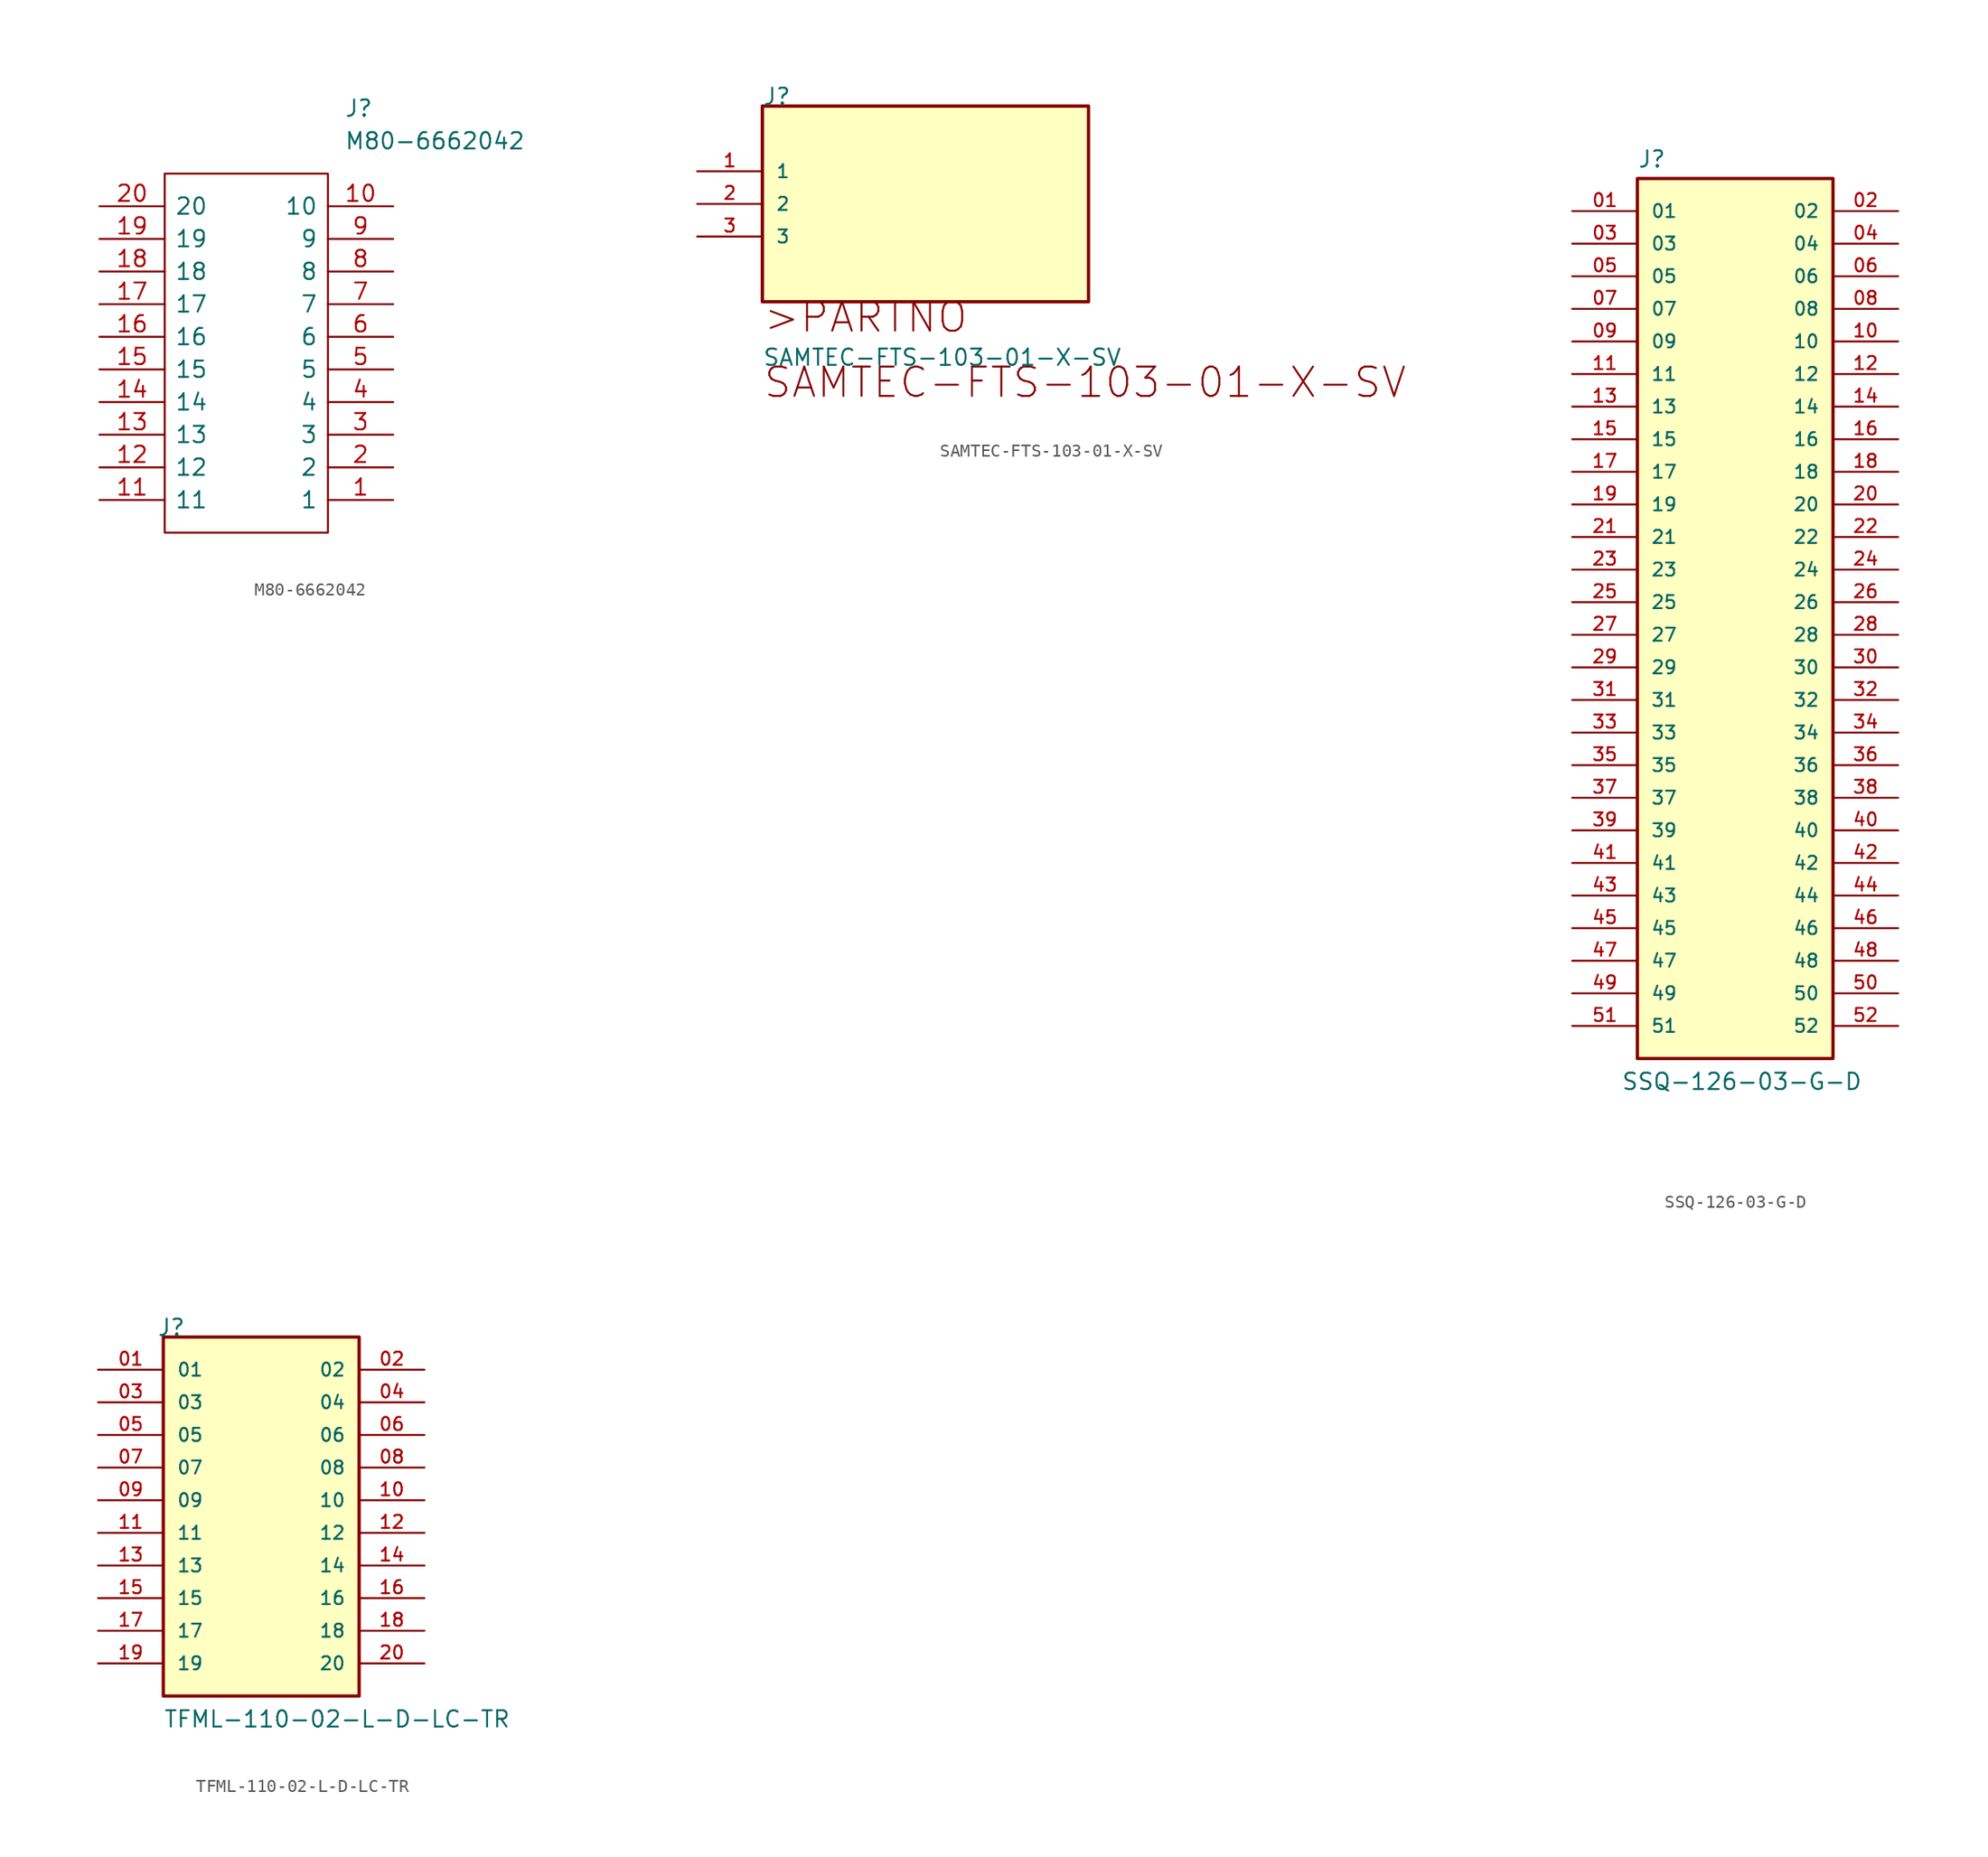
<source format=kicad_sym>
(kicad_symbol_lib
  (version 20211014)
  (generator kicad_symbol_editor)
  (symbol "M80-6662042"
    (pin_names
      (offset 0.762))
    (property "Reference" "J"
      (at 19.05 7.62 0)
      (effects (font (size 1.27 1.27)) (justify left)))
    (property "Value" "M80-6662042"
      (at 19.05 5.08 0)
      (effects (font (size 1.27 1.27)) (justify left)))
    (symbol "M80-6662042_0_0"
      (pin passive line (at 22.86 -22.86 180) (length 5.08) (name "1" (effects (font (size 1.27 1.27)))) (number "1" (effects (font (size 1.27 1.27)))))
      (pin passive line (at 22.86 0 180) (length 5.08) (name "10" (effects (font (size 1.27 1.27)))) (number "10" (effects (font (size 1.27 1.27)))))
      (pin passive line (at 0 -22.86 0) (length 5.08) (name "11" (effects (font (size 1.27 1.27)))) (number "11" (effects (font (size 1.27 1.27)))))
      (pin passive line (at 0 -20.32 0) (length 5.08) (name "12" (effects (font (size 1.27 1.27)))) (number "12" (effects (font (size 1.27 1.27)))))
      (pin passive line (at 0 -17.78 0) (length 5.08) (name "13" (effects (font (size 1.27 1.27)))) (number "13" (effects (font (size 1.27 1.27)))))
      (pin passive line (at 0 -15.24 0) (length 5.08) (name "14" (effects (font (size 1.27 1.27)))) (number "14" (effects (font (size 1.27 1.27)))))
      (pin passive line (at 0 -12.7 0) (length 5.08) (name "15" (effects (font (size 1.27 1.27)))) (number "15" (effects (font (size 1.27 1.27)))))
      (pin passive line (at 0 -10.16 0) (length 5.08) (name "16" (effects (font (size 1.27 1.27)))) (number "16" (effects (font (size 1.27 1.27)))))
      (pin passive line (at 0 -7.62 0) (length 5.08) (name "17" (effects (font (size 1.27 1.27)))) (number "17" (effects (font (size 1.27 1.27)))))
      (pin passive line (at 0 -5.08 0) (length 5.08) (name "18" (effects (font (size 1.27 1.27)))) (number "18" (effects (font (size 1.27 1.27)))))
      (pin passive line (at 0 -2.54 0) (length 5.08) (name "19" (effects (font (size 1.27 1.27)))) (number "19" (effects (font (size 1.27 1.27)))))
      (pin passive line (at 22.86 -20.32 180) (length 5.08) (name "2" (effects (font (size 1.27 1.27)))) (number "2" (effects (font (size 1.27 1.27)))))
      (pin passive line (at 0 0 0) (length 5.08) (name "20" (effects (font (size 1.27 1.27)))) (number "20" (effects (font (size 1.27 1.27)))))
      (pin passive line (at 22.86 -17.78 180) (length 5.08) (name "3" (effects (font (size 1.27 1.27)))) (number "3" (effects (font (size 1.27 1.27)))))
      (pin passive line (at 22.86 -15.24 180) (length 5.08) (name "4" (effects (font (size 1.27 1.27)))) (number "4" (effects (font (size 1.27 1.27)))))
      (pin passive line (at 22.86 -12.7 180) (length 5.08) (name "5" (effects (font (size 1.27 1.27)))) (number "5" (effects (font (size 1.27 1.27)))))
      (pin passive line (at 22.86 -10.16 180) (length 5.08) (name "6" (effects (font (size 1.27 1.27)))) (number "6" (effects (font (size 1.27 1.27)))))
      (pin passive line (at 22.86 -7.62 180) (length 5.08) (name "7" (effects (font (size 1.27 1.27)))) (number "7" (effects (font (size 1.27 1.27)))))
      (pin passive line (at 22.86 -5.08 180) (length 5.08) (name "8" (effects (font (size 1.27 1.27)))) (number "8" (effects (font (size 1.27 1.27)))))
      (pin passive line (at 22.86 -2.54 180) (length 5.08) (name "9" (effects (font (size 1.27 1.27)))) (number "9" (effects (font (size 1.27 1.27))))))
    (symbol "M80-6662042_0_1"
      (polyline (pts (xy 5.08 2.54) (xy 17.78 2.54) (xy 17.78 -25.4) (xy 5.08 -25.4) (xy 5.08 2.54)) (stroke (width 0.152) (type default) (color 0 0 0 0)) (fill (type none)))))
  (symbol "SAMTEC-FTS-103-01-X-SV"
    (pin_names
      (offset 1.016))
    (property "Reference" "J"
      (at 0 5.08 0)
      (effects (font (size 1.27 1.27)) (justify left bottom)))
    (property "Value" "SAMTEC-FTS-103-01-X-SV"
      (at 0 -15.24 0)
      (effects (font (size 1.27 1.27)) (justify left bottom)))
    (property "ki_locked" ""
      (at 0 0 0)
      (effects (font (size 1.27 1.27))))
    (symbol "SAMTEC-FTS-103-01-X-SV_0_0"
      (rectangle (start 0 -10.16) (end 25.4 5.08) (stroke (width 0.254) (type default) (color 0 0 0 0)) (fill (type background)))
      (polyline (pts (xy 0 -10.16) (xy 0 5.08)) (stroke (width 0.254) (type default) (color 0 0 0 0)) (fill (type none)))
      (text ">PARTNO" (at 0 -12.7 0) (effects (font (size 2.286 2.286)) (justify left bottom)))
      (text "SAMTEC-FTS-103-01-X-SV" (at 0 -17.78 0) (effects (font (size 2.286 2.286)) (justify left bottom)))
      (pin bidirectional line (at -5.08 0 0) (length 5.08) (name "1" (effects (font (size 1.016 1.016)))) (number "1" (effects (font (size 1.016 1.016)))))
      (pin bidirectional line (at -5.08 -2.54 0) (length 5.08) (name "2" (effects (font (size 1.016 1.016)))) (number "2" (effects (font (size 1.016 1.016)))))
      (pin bidirectional line (at -5.08 -5.08 0) (length 5.08) (name "3" (effects (font (size 1.016 1.016)))) (number "3" (effects (font (size 1.016 1.016)))))))
  (symbol "SSQ-126-03-G-D"
    (pin_names
      (offset 1.016))
    (property "Reference" "J"
      (at -7.62 33.782 0)
      (effects (font (size 1.27 1.27)) (justify left bottom)))
    (property "Value" "SSQ-126-03-G-D"
      (at -8.89 -38.1 0)
      (effects (font (size 1.27 1.27)) (justify left bottom)))
    (property "ki_locked" ""
      (at 0 0 0)
      (effects (font (size 1.27 1.27))))
    (symbol "SSQ-126-03-G-D_0_0"
      (rectangle (start -7.62 -35.56) (end 7.62 33.02) (stroke (width 0.254) (type default) (color 0 0 0 0)) (fill (type background)))
      (pin passive line (at -12.7 30.48 0) (length 5.08) (name "01" (effects (font (size 1.016 1.016)))) (number "01" (effects (font (size 1.016 1.016)))))
      (pin passive line (at 12.7 30.48 180) (length 5.08) (name "02" (effects (font (size 1.016 1.016)))) (number "02" (effects (font (size 1.016 1.016)))))
      (pin passive line (at -12.7 27.94 0) (length 5.08) (name "03" (effects (font (size 1.016 1.016)))) (number "03" (effects (font (size 1.016 1.016)))))
      (pin passive line (at 12.7 27.94 180) (length 5.08) (name "04" (effects (font (size 1.016 1.016)))) (number "04" (effects (font (size 1.016 1.016)))))
      (pin passive line (at -12.7 25.4 0) (length 5.08) (name "05" (effects (font (size 1.016 1.016)))) (number "05" (effects (font (size 1.016 1.016)))))
      (pin passive line (at 12.7 25.4 180) (length 5.08) (name "06" (effects (font (size 1.016 1.016)))) (number "06" (effects (font (size 1.016 1.016)))))
      (pin passive line (at -12.7 22.86 0) (length 5.08) (name "07" (effects (font (size 1.016 1.016)))) (number "07" (effects (font (size 1.016 1.016)))))
      (pin passive line (at 12.7 22.86 180) (length 5.08) (name "08" (effects (font (size 1.016 1.016)))) (number "08" (effects (font (size 1.016 1.016)))))
      (pin passive line (at -12.7 20.32 0) (length 5.08) (name "09" (effects (font (size 1.016 1.016)))) (number "09" (effects (font (size 1.016 1.016)))))
      (pin passive line (at 12.7 20.32 180) (length 5.08) (name "10" (effects (font (size 1.016 1.016)))) (number "10" (effects (font (size 1.016 1.016)))))
      (pin passive line (at -12.7 17.78 0) (length 5.08) (name "11" (effects (font (size 1.016 1.016)))) (number "11" (effects (font (size 1.016 1.016)))))
      (pin passive line (at 12.7 17.78 180) (length 5.08) (name "12" (effects (font (size 1.016 1.016)))) (number "12" (effects (font (size 1.016 1.016)))))
      (pin passive line (at -12.7 15.24 0) (length 5.08) (name "13" (effects (font (size 1.016 1.016)))) (number "13" (effects (font (size 1.016 1.016)))))
      (pin passive line (at 12.7 15.24 180) (length 5.08) (name "14" (effects (font (size 1.016 1.016)))) (number "14" (effects (font (size 1.016 1.016)))))
      (pin passive line (at -12.7 12.7 0) (length 5.08) (name "15" (effects (font (size 1.016 1.016)))) (number "15" (effects (font (size 1.016 1.016)))))
      (pin passive line (at 12.7 12.7 180) (length 5.08) (name "16" (effects (font (size 1.016 1.016)))) (number "16" (effects (font (size 1.016 1.016)))))
      (pin passive line (at -12.7 10.16 0) (length 5.08) (name "17" (effects (font (size 1.016 1.016)))) (number "17" (effects (font (size 1.016 1.016)))))
      (pin passive line (at 12.7 10.16 180) (length 5.08) (name "18" (effects (font (size 1.016 1.016)))) (number "18" (effects (font (size 1.016 1.016)))))
      (pin passive line (at -12.7 7.62 0) (length 5.08) (name "19" (effects (font (size 1.016 1.016)))) (number "19" (effects (font (size 1.016 1.016)))))
      (pin passive line (at 12.7 7.62 180) (length 5.08) (name "20" (effects (font (size 1.016 1.016)))) (number "20" (effects (font (size 1.016 1.016)))))
      (pin passive line (at -12.7 5.08 0) (length 5.08) (name "21" (effects (font (size 1.016 1.016)))) (number "21" (effects (font (size 1.016 1.016)))))
      (pin passive line (at 12.7 5.08 180) (length 5.08) (name "22" (effects (font (size 1.016 1.016)))) (number "22" (effects (font (size 1.016 1.016)))))
      (pin passive line (at -12.7 2.54 0) (length 5.08) (name "23" (effects (font (size 1.016 1.016)))) (number "23" (effects (font (size 1.016 1.016)))))
      (pin passive line (at 12.7 2.54 180) (length 5.08) (name "24" (effects (font (size 1.016 1.016)))) (number "24" (effects (font (size 1.016 1.016)))))
      (pin passive line (at -12.7 0 0) (length 5.08) (name "25" (effects (font (size 1.016 1.016)))) (number "25" (effects (font (size 1.016 1.016)))))
      (pin passive line (at 12.7 0 180) (length 5.08) (name "26" (effects (font (size 1.016 1.016)))) (number "26" (effects (font (size 1.016 1.016)))))
      (pin passive line (at -12.7 -2.54 0) (length 5.08) (name "27" (effects (font (size 1.016 1.016)))) (number "27" (effects (font (size 1.016 1.016)))))
      (pin passive line (at 12.7 -2.54 180) (length 5.08) (name "28" (effects (font (size 1.016 1.016)))) (number "28" (effects (font (size 1.016 1.016)))))
      (pin passive line (at -12.7 -5.08 0) (length 5.08) (name "29" (effects (font (size 1.016 1.016)))) (number "29" (effects (font (size 1.016 1.016)))))
      (pin passive line (at 12.7 -5.08 180) (length 5.08) (name "30" (effects (font (size 1.016 1.016)))) (number "30" (effects (font (size 1.016 1.016)))))
      (pin passive line (at -12.7 -7.62 0) (length 5.08) (name "31" (effects (font (size 1.016 1.016)))) (number "31" (effects (font (size 1.016 1.016)))))
      (pin passive line (at 12.7 -7.62 180) (length 5.08) (name "32" (effects (font (size 1.016 1.016)))) (number "32" (effects (font (size 1.016 1.016)))))
      (pin passive line (at -12.7 -10.16 0) (length 5.08) (name "33" (effects (font (size 1.016 1.016)))) (number "33" (effects (font (size 1.016 1.016)))))
      (pin passive line (at 12.7 -10.16 180) (length 5.08) (name "34" (effects (font (size 1.016 1.016)))) (number "34" (effects (font (size 1.016 1.016)))))
      (pin passive line (at -12.7 -12.7 0) (length 5.08) (name "35" (effects (font (size 1.016 1.016)))) (number "35" (effects (font (size 1.016 1.016)))))
      (pin passive line (at 12.7 -12.7 180) (length 5.08) (name "36" (effects (font (size 1.016 1.016)))) (number "36" (effects (font (size 1.016 1.016)))))
      (pin passive line (at -12.7 -15.24 0) (length 5.08) (name "37" (effects (font (size 1.016 1.016)))) (number "37" (effects (font (size 1.016 1.016)))))
      (pin passive line (at 12.7 -15.24 180) (length 5.08) (name "38" (effects (font (size 1.016 1.016)))) (number "38" (effects (font (size 1.016 1.016)))))
      (pin passive line (at -12.7 -17.78 0) (length 5.08) (name "39" (effects (font (size 1.016 1.016)))) (number "39" (effects (font (size 1.016 1.016)))))
      (pin passive line (at 12.7 -17.78 180) (length 5.08) (name "40" (effects (font (size 1.016 1.016)))) (number "40" (effects (font (size 1.016 1.016)))))
      (pin passive line (at -12.7 -20.32 0) (length 5.08) (name "41" (effects (font (size 1.016 1.016)))) (number "41" (effects (font (size 1.016 1.016)))))
      (pin passive line (at 12.7 -20.32 180) (length 5.08) (name "42" (effects (font (size 1.016 1.016)))) (number "42" (effects (font (size 1.016 1.016)))))
      (pin passive line (at -12.7 -22.86 0) (length 5.08) (name "43" (effects (font (size 1.016 1.016)))) (number "43" (effects (font (size 1.016 1.016)))))
      (pin passive line (at 12.7 -22.86 180) (length 5.08) (name "44" (effects (font (size 1.016 1.016)))) (number "44" (effects (font (size 1.016 1.016)))))
      (pin passive line (at -12.7 -25.4 0) (length 5.08) (name "45" (effects (font (size 1.016 1.016)))) (number "45" (effects (font (size 1.016 1.016)))))
      (pin passive line (at 12.7 -25.4 180) (length 5.08) (name "46" (effects (font (size 1.016 1.016)))) (number "46" (effects (font (size 1.016 1.016)))))
      (pin passive line (at -12.7 -27.94 0) (length 5.08) (name "47" (effects (font (size 1.016 1.016)))) (number "47" (effects (font (size 1.016 1.016)))))
      (pin passive line (at 12.7 -27.94 180) (length 5.08) (name "48" (effects (font (size 1.016 1.016)))) (number "48" (effects (font (size 1.016 1.016)))))
      (pin passive line (at -12.7 -30.48 0) (length 5.08) (name "49" (effects (font (size 1.016 1.016)))) (number "49" (effects (font (size 1.016 1.016)))))
      (pin passive line (at 12.7 -30.48 180) (length 5.08) (name "50" (effects (font (size 1.016 1.016)))) (number "50" (effects (font (size 1.016 1.016)))))
      (pin passive line (at -12.7 -33.02 0) (length 5.08) (name "51" (effects (font (size 1.016 1.016)))) (number "51" (effects (font (size 1.016 1.016)))))
      (pin passive line (at 12.7 -33.02 180) (length 5.08) (name "52" (effects (font (size 1.016 1.016)))) (number "52" (effects (font (size 1.016 1.016)))))))
  (symbol "TFML-110-02-L-D-LC-TR"
    (pin_names
      (offset 1.016))
    (property "Reference" "J"
      (at -8.128 15.24 0)
      (effects (font (size 1.27 1.27)) (justify left bottom)))
    (property "Value" "TFML-110-02-L-D-LC-TR"
      (at -7.62 -15.24 0)
      (effects (font (size 1.27 1.27)) (justify left bottom)))
    (property "ki_locked" ""
      (at 0 0 0)
      (effects (font (size 1.27 1.27))))
    (symbol "TFML-110-02-L-D-LC-TR_0_0"
      (rectangle (start -7.62 -12.7) (end 7.62 15.24) (stroke (width 0.254) (type default) (color 0 0 0 0)) (fill (type background)))
      (pin passive line (at -12.7 12.7 0) (length 5.08) (name "01" (effects (font (size 1.016 1.016)))) (number "01" (effects (font (size 1.016 1.016)))))
      (pin passive line (at 12.7 12.7 180) (length 5.08) (name "02" (effects (font (size 1.016 1.016)))) (number "02" (effects (font (size 1.016 1.016)))))
      (pin passive line (at -12.7 10.16 0) (length 5.08) (name "03" (effects (font (size 1.016 1.016)))) (number "03" (effects (font (size 1.016 1.016)))))
      (pin passive line (at 12.7 10.16 180) (length 5.08) (name "04" (effects (font (size 1.016 1.016)))) (number "04" (effects (font (size 1.016 1.016)))))
      (pin passive line (at -12.7 7.62 0) (length 5.08) (name "05" (effects (font (size 1.016 1.016)))) (number "05" (effects (font (size 1.016 1.016)))))
      (pin passive line (at 12.7 7.62 180) (length 5.08) (name "06" (effects (font (size 1.016 1.016)))) (number "06" (effects (font (size 1.016 1.016)))))
      (pin passive line (at -12.7 5.08 0) (length 5.08) (name "07" (effects (font (size 1.016 1.016)))) (number "07" (effects (font (size 1.016 1.016)))))
      (pin passive line (at 12.7 5.08 180) (length 5.08) (name "08" (effects (font (size 1.016 1.016)))) (number "08" (effects (font (size 1.016 1.016)))))
      (pin passive line (at -12.7 2.54 0) (length 5.08) (name "09" (effects (font (size 1.016 1.016)))) (number "09" (effects (font (size 1.016 1.016)))))
      (pin passive line (at 12.7 2.54 180) (length 5.08) (name "10" (effects (font (size 1.016 1.016)))) (number "10" (effects (font (size 1.016 1.016)))))
      (pin passive line (at -12.7 0 0) (length 5.08) (name "11" (effects (font (size 1.016 1.016)))) (number "11" (effects (font (size 1.016 1.016)))))
      (pin passive line (at 12.7 0 180) (length 5.08) (name "12" (effects (font (size 1.016 1.016)))) (number "12" (effects (font (size 1.016 1.016)))))
      (pin passive line (at -12.7 -2.54 0) (length 5.08) (name "13" (effects (font (size 1.016 1.016)))) (number "13" (effects (font (size 1.016 1.016)))))
      (pin passive line (at 12.7 -2.54 180) (length 5.08) (name "14" (effects (font (size 1.016 1.016)))) (number "14" (effects (font (size 1.016 1.016)))))
      (pin passive line (at -12.7 -5.08 0) (length 5.08) (name "15" (effects (font (size 1.016 1.016)))) (number "15" (effects (font (size 1.016 1.016)))))
      (pin passive line (at 12.7 -5.08 180) (length 5.08) (name "16" (effects (font (size 1.016 1.016)))) (number "16" (effects (font (size 1.016 1.016)))))
      (pin passive line (at -12.7 -7.62 0) (length 5.08) (name "17" (effects (font (size 1.016 1.016)))) (number "17" (effects (font (size 1.016 1.016)))))
      (pin passive line (at 12.7 -7.62 180) (length 5.08) (name "18" (effects (font (size 1.016 1.016)))) (number "18" (effects (font (size 1.016 1.016)))))
      (pin passive line (at -12.7 -10.16 0) (length 5.08) (name "19" (effects (font (size 1.016 1.016)))) (number "19" (effects (font (size 1.016 1.016)))))
      (pin passive line (at 12.7 -10.16 180) (length 5.08) (name "20" (effects (font (size 1.016 1.016)))) (number "20" (effects (font (size 1.016 1.016))))))))
</source>
